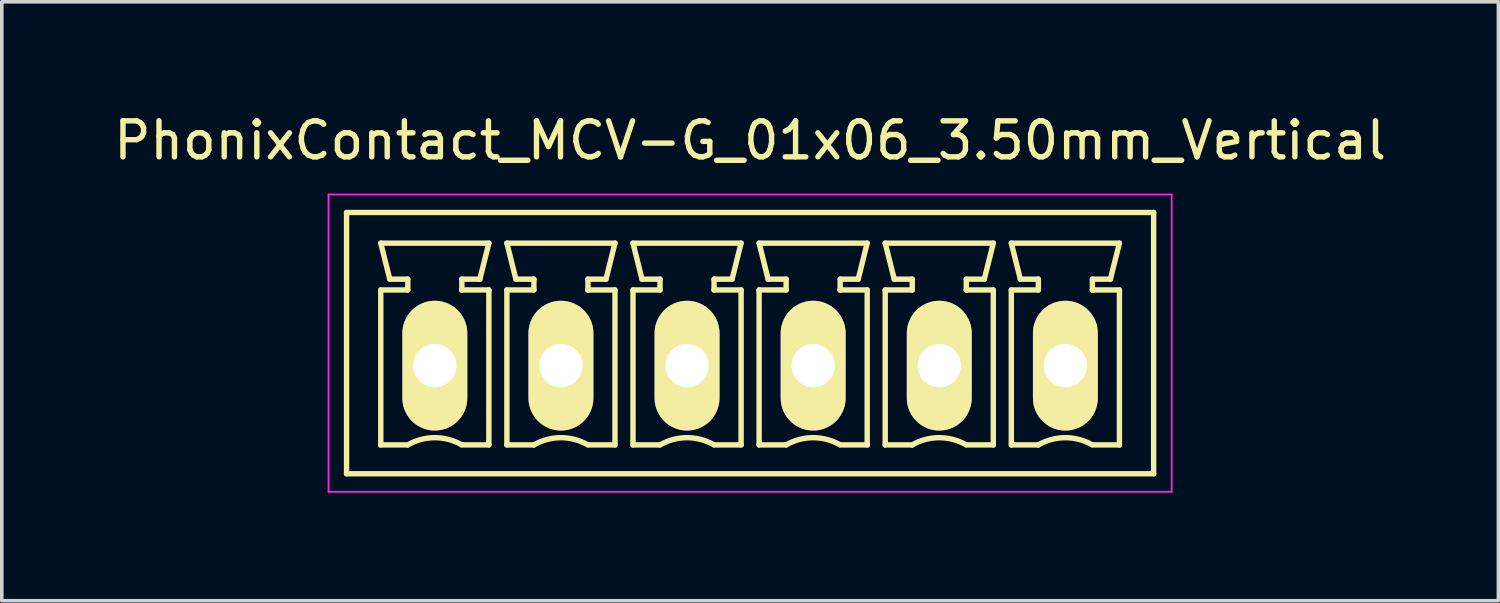
<source format=kicad_pcb>
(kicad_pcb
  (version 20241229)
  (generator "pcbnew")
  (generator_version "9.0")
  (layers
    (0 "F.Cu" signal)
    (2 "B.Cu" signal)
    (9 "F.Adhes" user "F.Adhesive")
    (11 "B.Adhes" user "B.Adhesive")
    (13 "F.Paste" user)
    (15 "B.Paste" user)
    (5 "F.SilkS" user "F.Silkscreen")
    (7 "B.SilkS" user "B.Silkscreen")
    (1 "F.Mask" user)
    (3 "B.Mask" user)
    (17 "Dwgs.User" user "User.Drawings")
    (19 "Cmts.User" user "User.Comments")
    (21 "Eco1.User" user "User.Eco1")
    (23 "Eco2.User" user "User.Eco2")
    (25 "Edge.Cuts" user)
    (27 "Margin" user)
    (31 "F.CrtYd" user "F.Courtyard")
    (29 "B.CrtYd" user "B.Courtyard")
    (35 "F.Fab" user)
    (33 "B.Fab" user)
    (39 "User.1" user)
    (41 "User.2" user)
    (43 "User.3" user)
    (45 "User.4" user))
  (footprint "PhonixContact_MCV-G_01x06_3.50mm_Vertical"
    (layer "F.Cu")
    (at 9.018 7.098)
    (property "Reference" "PhonixContact_MCV-G_01x06_3.50mm_Vertical" (at 8.75 -6.25 0) (layer "F.SilkS") (effects (font (size 1 1) (thickness 0.15))))
    (attr through_hole)
    (fp_line (start -2.45 -4.25) (end -2.45 3) (stroke (width 0.15) (type solid)) (layer "F.SilkS"))
    (fp_line (start -2.45 3) (end 19.95 3) (stroke (width 0.15) (type solid)) (layer "F.SilkS"))
    (fp_line (start -1.5 -3.4) (end 1.5 -3.4) (stroke (width 0.15) (type solid)) (layer "F.SilkS"))
    (fp_line (start -1.5 -2.1) (end -0.75 -2.1) (stroke (width 0.15) (type solid)) (layer "F.SilkS"))
    (fp_line (start -1.5 2.2) (end -1.5 -2.1) (stroke (width 0.15) (type solid)) (layer "F.SilkS"))
    (fp_line (start -1.25 -2.4) (end -1.5 -3.4) (stroke (width 0.15) (type solid)) (layer "F.SilkS"))
    (fp_line (start -0.75 -2.4) (end -1.25 -2.4) (stroke (width 0.15) (type solid)) (layer "F.SilkS"))
    (fp_line (start -0.75 -2.1) (end -0.75 -2.4) (stroke (width 0.15) (type solid)) (layer "F.SilkS"))
    (fp_line (start -0.75 2.2) (end -1.5 2.2) (stroke (width 0.15) (type solid)) (layer "F.SilkS"))
    (fp_line (start 0.75 -2.4) (end 0.75 -2.1) (stroke (width 0.15) (type solid)) (layer "F.SilkS"))
    (fp_line (start 0.75 -2.1) (end 0.75 -2.1) (stroke (width 0.15) (type solid)) (layer "F.SilkS"))
    (fp_line (start 0.75 -2.1) (end 1.5 -2.1) (stroke (width 0.15) (type solid)) (layer "F.SilkS"))
    (fp_line (start 1.25 -2.4) (end 0.75 -2.4) (stroke (width 0.15) (type solid)) (layer "F.SilkS"))
    (fp_line (start 1.5 -3.4) (end 1.25 -2.4) (stroke (width 0.15) (type solid)) (layer "F.SilkS"))
    (fp_line (start 1.5 -2.1) (end 1.5 2.2) (stroke (width 0.15) (type solid)) (layer "F.SilkS"))
    (fp_line (start 1.5 2.2) (end 0.75 2.2) (stroke (width 0.15) (type solid)) (layer "F.SilkS"))
    (fp_line (start 2 -3.4) (end 5 -3.4) (stroke (width 0.15) (type solid)) (layer "F.SilkS"))
    (fp_line (start 2 -2.1) (end 2.75 -2.1) (stroke (width 0.15) (type solid)) (layer "F.SilkS"))
    (fp_line (start 2 2.2) (end 2 -2.1) (stroke (width 0.15) (type solid)) (layer "F.SilkS"))
    (fp_line (start 2.25 -2.4) (end 2 -3.4) (stroke (width 0.15) (type solid)) (layer "F.SilkS"))
    (fp_line (start 2.75 -2.4) (end 2.25 -2.4) (stroke (width 0.15) (type solid)) (layer "F.SilkS"))
    (fp_line (start 2.75 -2.1) (end 2.75 -2.4) (stroke (width 0.15) (type solid)) (layer "F.SilkS"))
    (fp_line (start 2.75 2.2) (end 2 2.2) (stroke (width 0.15) (type solid)) (layer "F.SilkS"))
    (fp_line (start 4.25 -2.4) (end 4.25 -2.1) (stroke (width 0.15) (type solid)) (layer "F.SilkS"))
    (fp_line (start 4.25 -2.1) (end 4.25 -2.1) (stroke (width 0.15) (type solid)) (layer "F.SilkS"))
    (fp_line (start 4.25 -2.1) (end 5 -2.1) (stroke (width 0.15) (type solid)) (layer "F.SilkS"))
    (fp_line (start 4.75 -2.4) (end 4.25 -2.4) (stroke (width 0.15) (type solid)) (layer "F.SilkS"))
    (fp_line (start 5 -3.4) (end 4.75 -2.4) (stroke (width 0.15) (type solid)) (layer "F.SilkS"))
    (fp_line (start 5 -2.1) (end 5 2.2) (stroke (width 0.15) (type solid)) (layer "F.SilkS"))
    (fp_line (start 5 2.2) (end 4.25 2.2) (stroke (width 0.15) (type solid)) (layer "F.SilkS"))
    (fp_line (start 5.5 -3.4) (end 8.5 -3.4) (stroke (width 0.15) (type solid)) (layer "F.SilkS"))
    (fp_line (start 5.5 -2.1) (end 6.25 -2.1) (stroke (width 0.15) (type solid)) (layer "F.SilkS"))
    (fp_line (start 5.5 2.2) (end 5.5 -2.1) (stroke (width 0.15) (type solid)) (layer "F.SilkS"))
    (fp_line (start 5.75 -2.4) (end 5.5 -3.4) (stroke (width 0.15) (type solid)) (layer "F.SilkS"))
    (fp_line (start 6.25 -2.4) (end 5.75 -2.4) (stroke (width 0.15) (type solid)) (layer "F.SilkS"))
    (fp_line (start 6.25 -2.1) (end 6.25 -2.4) (stroke (width 0.15) (type solid)) (layer "F.SilkS"))
    (fp_line (start 6.25 2.2) (end 5.5 2.2) (stroke (width 0.15) (type solid)) (layer "F.SilkS"))
    (fp_line (start 7.75 -2.4) (end 7.75 -2.1) (stroke (width 0.15) (type solid)) (layer "F.SilkS"))
    (fp_line (start 7.75 -2.1) (end 7.75 -2.1) (stroke (width 0.15) (type solid)) (layer "F.SilkS"))
    (fp_line (start 7.75 -2.1) (end 8.5 -2.1) (stroke (width 0.15) (type solid)) (layer "F.SilkS"))
    (fp_line (start 8.25 -2.4) (end 7.75 -2.4) (stroke (width 0.15) (type solid)) (layer "F.SilkS"))
    (fp_line (start 8.5 -3.4) (end 8.25 -2.4) (stroke (width 0.15) (type solid)) (layer "F.SilkS"))
    (fp_line (start 8.5 -2.1) (end 8.5 2.2) (stroke (width 0.15) (type solid)) (layer "F.SilkS"))
    (fp_line (start 8.5 2.2) (end 7.75 2.2) (stroke (width 0.15) (type solid)) (layer "F.SilkS"))
    (fp_line (start 9 -3.4) (end 12 -3.4) (stroke (width 0.15) (type solid)) (layer "F.SilkS"))
    (fp_line (start 9 -2.1) (end 9.75 -2.1) (stroke (width 0.15) (type solid)) (layer "F.SilkS"))
    (fp_line (start 9 2.2) (end 9 -2.1) (stroke (width 0.15) (type solid)) (layer "F.SilkS"))
    (fp_line (start 9.25 -2.4) (end 9 -3.4) (stroke (width 0.15) (type solid)) (layer "F.SilkS"))
    (fp_line (start 9.75 -2.4) (end 9.25 -2.4) (stroke (width 0.15) (type solid)) (layer "F.SilkS"))
    (fp_line (start 9.75 -2.1) (end 9.75 -2.4) (stroke (width 0.15) (type solid)) (layer "F.SilkS"))
    (fp_line (start 9.75 2.2) (end 9 2.2) (stroke (width 0.15) (type solid)) (layer "F.SilkS"))
    (fp_line (start 11.25 -2.4) (end 11.25 -2.1) (stroke (width 0.15) (type solid)) (layer "F.SilkS"))
    (fp_line (start 11.25 -2.1) (end 11.25 -2.1) (stroke (width 0.15) (type solid)) (layer "F.SilkS"))
    (fp_line (start 11.25 -2.1) (end 12 -2.1) (stroke (width 0.15) (type solid)) (layer "F.SilkS"))
    (fp_line (start 11.75 -2.4) (end 11.25 -2.4) (stroke (width 0.15) (type solid)) (layer "F.SilkS"))
    (fp_line (start 12 -3.4) (end 11.75 -2.4) (stroke (width 0.15) (type solid)) (layer "F.SilkS"))
    (fp_line (start 12 -2.1) (end 12 2.2) (stroke (width 0.15) (type solid)) (layer "F.SilkS"))
    (fp_line (start 12 2.2) (end 11.25 2.2) (stroke (width 0.15) (type solid)) (layer "F.SilkS"))
    (fp_line (start 12.5 -3.4) (end 15.5 -3.4) (stroke (width 0.15) (type solid)) (layer "F.SilkS"))
    (fp_line (start 12.5 -2.1) (end 13.25 -2.1) (stroke (width 0.15) (type solid)) (layer "F.SilkS"))
    (fp_line (start 12.5 2.2) (end 12.5 -2.1) (stroke (width 0.15) (type solid)) (layer "F.SilkS"))
    (fp_line (start 12.75 -2.4) (end 12.5 -3.4) (stroke (width 0.15) (type solid)) (layer "F.SilkS"))
    (fp_line (start 13.25 -2.4) (end 12.75 -2.4) (stroke (width 0.15) (type solid)) (layer "F.SilkS"))
    (fp_line (start 13.25 -2.1) (end 13.25 -2.4) (stroke (width 0.15) (type solid)) (layer "F.SilkS"))
    (fp_line (start 13.25 2.2) (end 12.5 2.2) (stroke (width 0.15) (type solid)) (layer "F.SilkS"))
    (fp_line (start 14.75 -2.4) (end 14.75 -2.1) (stroke (width 0.15) (type solid)) (layer "F.SilkS"))
    (fp_line (start 14.75 -2.1) (end 14.75 -2.1) (stroke (width 0.15) (type solid)) (layer "F.SilkS"))
    (fp_line (start 14.75 -2.1) (end 15.5 -2.1) (stroke (width 0.15) (type solid)) (layer "F.SilkS"))
    (fp_line (start 15.25 -2.4) (end 14.75 -2.4) (stroke (width 0.15) (type solid)) (layer "F.SilkS"))
    (fp_line (start 15.5 -3.4) (end 15.25 -2.4) (stroke (width 0.15) (type solid)) (layer "F.SilkS"))
    (fp_line (start 15.5 -2.1) (end 15.5 2.2) (stroke (width 0.15) (type solid)) (layer "F.SilkS"))
    (fp_line (start 15.5 2.2) (end 14.75 2.2) (stroke (width 0.15) (type solid)) (layer "F.SilkS"))
    (fp_line (start 16 -3.4) (end 19 -3.4) (stroke (width 0.15) (type solid)) (layer "F.SilkS"))
    (fp_line (start 16 -2.1) (end 16.75 -2.1) (stroke (width 0.15) (type solid)) (layer "F.SilkS"))
    (fp_line (start 16 2.2) (end 16 -2.1) (stroke (width 0.15) (type solid)) (layer "F.SilkS"))
    (fp_line (start 16.25 -2.4) (end 16 -3.4) (stroke (width 0.15) (type solid)) (layer "F.SilkS"))
    (fp_line (start 16.75 -2.4) (end 16.25 -2.4) (stroke (width 0.15) (type solid)) (layer "F.SilkS"))
    (fp_line (start 16.75 -2.1) (end 16.75 -2.4) (stroke (width 0.15) (type solid)) (layer "F.SilkS"))
    (fp_line (start 16.75 2.2) (end 16 2.2) (stroke (width 0.15) (type solid)) (layer "F.SilkS"))
    (fp_line (start 18.25 -2.4) (end 18.25 -2.1) (stroke (width 0.15) (type solid)) (layer "F.SilkS"))
    (fp_line (start 18.25 -2.1) (end 18.25 -2.1) (stroke (width 0.15) (type solid)) (layer "F.SilkS"))
    (fp_line (start 18.25 -2.1) (end 19 -2.1) (stroke (width 0.15) (type solid)) (layer "F.SilkS"))
    (fp_line (start 18.75 -2.4) (end 18.25 -2.4) (stroke (width 0.15) (type solid)) (layer "F.SilkS"))
    (fp_line (start 19 -3.4) (end 18.75 -2.4) (stroke (width 0.15) (type solid)) (layer "F.SilkS"))
    (fp_line (start 19 -2.1) (end 19 2.2) (stroke (width 0.15) (type solid)) (layer "F.SilkS"))
    (fp_line (start 19 2.2) (end 18.25 2.2) (stroke (width 0.15) (type solid)) (layer "F.SilkS"))
    (fp_line (start 19.95 -4.25) (end -2.45 -4.25) (stroke (width 0.15) (type solid)) (layer "F.SilkS"))
    (fp_line (start 19.95 3) (end 19.95 -4.25) (stroke (width 0.15) (type solid)) (layer "F.SilkS"))
    (fp_arc (start -0.75 2.2) (mid -0.006068 1.999179) (end 0.739464 2.193978) (stroke (width 0.15) (type solid)) (layer "F.SilkS"))
    (fp_arc (start 2.75 2.2) (mid 3.493932 1.999179) (end 4.239464 2.193978) (stroke (width 0.15) (type solid)) (layer "F.SilkS"))
    (fp_arc (start 6.25 2.2) (mid 6.993932 1.999179) (end 7.739464 2.193978) (stroke (width 0.15) (type solid)) (layer "F.SilkS"))
    (fp_arc (start 9.75 2.2) (mid 10.493932 1.999179) (end 11.239464 2.193978) (stroke (width 0.15) (type solid)) (layer "F.SilkS"))
    (fp_arc (start 13.25 2.2) (mid 13.993932 1.999179) (end 14.739464 2.193978) (stroke (width 0.15) (type solid)) (layer "F.SilkS"))
    (fp_arc (start 16.75 2.2) (mid 17.493932 1.999179) (end 18.239464 2.193978) (stroke (width 0.15) (type solid)) (layer "F.SilkS"))
    (fp_line (start -2.95 -4.75) (end -2.95 3.5) (stroke (width 0.05) (type solid)) (layer "F.CrtYd"))
    (fp_line (start -2.95 3.5) (end 20.45 3.5) (stroke (width 0.05) (type solid)) (layer "F.CrtYd"))
    (fp_line (start 20.45 -4.75) (end -2.95 -4.75) (stroke (width 0.05) (type solid)) (layer "F.CrtYd"))
    (fp_line (start 20.45 3.5) (end 20.45 -4.75) (stroke (width 0.05) (type solid)) (layer "F.CrtYd"))
    (pad "1" thru_hole oval (at 0 0) (size 1.8 3.6) (drill 1.2) (layers "*.Cu" "*.Mask" "F.SilkS"))
    (pad "2" thru_hole oval (at 3.5 0) (size 1.8 3.6) (drill 1.2) (layers "*.Cu" "*.Mask" "F.SilkS"))
    (pad "3" thru_hole oval (at 7 0) (size 1.8 3.6) (drill 1.2) (layers "*.Cu" "*.Mask" "F.SilkS"))
    (pad "4" thru_hole oval (at 10.5 0) (size 1.8 3.6) (drill 1.2) (layers "*.Cu" "*.Mask" "F.SilkS"))
    (pad "5" thru_hole oval (at 14 0) (size 1.8 3.6) (drill 1.2) (layers "*.Cu" "*.Mask" "F.SilkS"))
    (pad "6" thru_hole oval (at 17.5 0) (size 1.8 3.6) (drill 1.2) (layers "*.Cu" "*.Mask" "F.SilkS")))
  (gr_rect
    (start -3 -3)
    (end 38.536 13.623)
    (stroke (width 0.1) (type default))
    (fill no)
    (layer "Edge.Cuts")))
</source>
